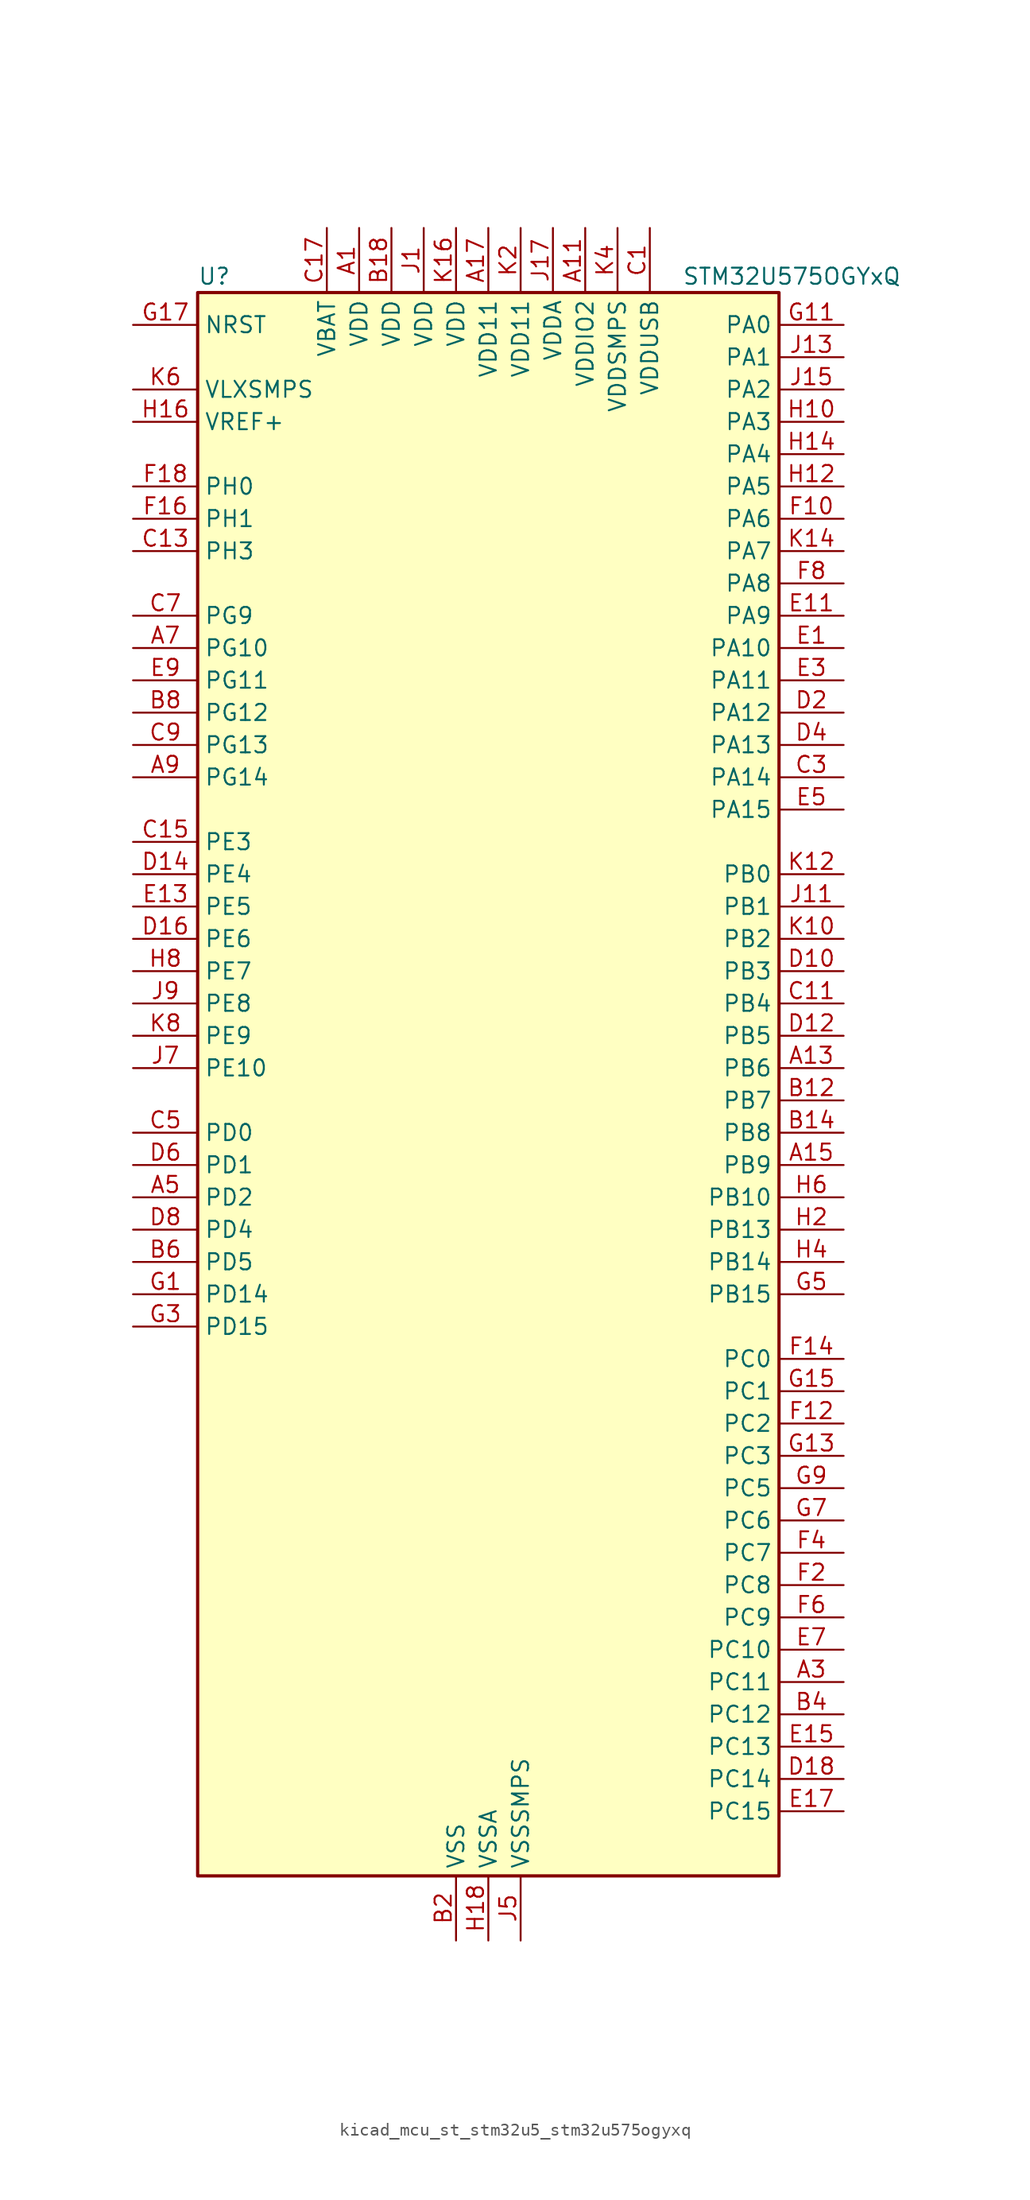
<source format=kicad_sym>
(kicad_symbol_lib
  (version 20220914)
  (generator kicad_symbol_editor)
  (symbol "kicad_mcu_st_stm32u5_stm32u575ogyxq"
    (property "Reference" "U"
      (at -22.86 64.77 0)
      (effects (font (size 1.27 1.27)) (justify left)))
    (property "Value" "STM32U575OGYxQ"
      (at 15.24 64.77 0)
      (effects (font (size 1.27 1.27)) (justify left)))
    (property "ki_locked" ""
      (at 0 0 0)
      (effects (font (size 1.27 1.27))))
    (symbol "kicad_mcu_st_stm32u5_stm32u575ogyxq_0_1"
      (rectangle (start -22.86 -60.96) (end 22.86 63.5) (stroke (width 0.254) (type default)) (fill (type background))))
    (symbol "kicad_mcu_st_stm32u5_stm32u575ogyxq_1_1"
      (pin power_in line (at -10.16 68.58 270) (length 5.08) (name "VDD" (effects (font (size 1.27 1.27)))) (number "A1" (effects (font (size 1.27 1.27)))))
      (pin power_in line (at 7.62 68.58 270) (length 5.08) (name "VDDIO2" (effects (font (size 1.27 1.27)))) (number "A11" (effects (font (size 1.27 1.27)))))
      (pin bidirectional line (at 27.94 2.54 180) (length 5.08) (name "PB6" (effects (font (size 1.27 1.27)))) (number "A13" (effects (font (size 1.27 1.27)))) (alternate "COMP2_INP" bidirectional line) (alternate "DCMI_D5" bidirectional line) (alternate "I2C1_SCL" bidirectional line) (alternate "I2C4_SCL" bidirectional line) (alternate "LPTIM1_ETR" bidirectional line) (alternate "MDF1_SDI5" bidirectional line) (alternate "PSSI_D5" bidirectional line) (alternate "PWR_WKUP3" bidirectional line) (alternate "SAI1_FS_B" bidirectional line) (alternate "TIM16_CH1N" bidirectional line) (alternate "TIM4_CH1" bidirectional line) (alternate "TIM8_BKIN2" bidirectional line) (alternate "TSC_G2_IO3" bidirectional line) (alternate "USART1_TX" bidirectional line))
      (pin bidirectional line (at 27.94 -5.08 180) (length 5.08) (name "PB9" (effects (font (size 1.27 1.27)))) (number "A15" (effects (font (size 1.27 1.27)))) (alternate "DAC1_EXTI9" bidirectional line) (alternate "DCMI_D7" bidirectional line) (alternate "FDCAN1_TX" bidirectional line) (alternate "I2C1_SDA" bidirectional line) (alternate "IR_OUT" bidirectional line) (alternate "PSSI_D7" bidirectional line) (alternate "SAI1_D2" bidirectional line) (alternate "SAI1_FS_A" bidirectional line) (alternate "SDMMC1_CDIR" bidirectional line) (alternate "SDMMC1_D5" bidirectional line) (alternate "SDMMC2_D5" bidirectional line) (alternate "SPI2_NSS" bidirectional line) (alternate "TIM17_CH1" bidirectional line) (alternate "TIM4_CH4" bidirectional line))
      (pin power_in line (at 0 68.58 270) (length 5.08) (name "VDD11" (effects (font (size 1.27 1.27)))) (number "A17" (effects (font (size 1.27 1.27)))))
      (pin bidirectional line (at 27.94 -45.72 180) (length 5.08) (name "PC11" (effects (font (size 1.27 1.27)))) (number "A3" (effects (font (size 1.27 1.27)))) (alternate "ADC1_EXTI11" bidirectional line) (alternate "ADF1_SDI0" bidirectional line) (alternate "DCMI_D2" bidirectional line) (alternate "DCMI_D4" bidirectional line) (alternate "LPTIM3_IN1" bidirectional line) (alternate "OCTOSPIM_P1_NCS" bidirectional line) (alternate "PSSI_D2" bidirectional line) (alternate "PSSI_D4" bidirectional line) (alternate "SDMMC1_D3" bidirectional line) (alternate "SPI3_MISO" bidirectional line) (alternate "TSC_G3_IO3" bidirectional line) (alternate "UART4_RX" bidirectional line) (alternate "UCPD1_FRSTX2" bidirectional line) (alternate "USART3_RX" bidirectional line))
      (pin bidirectional line (at -27.94 -7.62 0) (length 5.08) (name "PD2" (effects (font (size 1.27 1.27)))) (number "A5" (effects (font (size 1.27 1.27)))) (alternate "DCMI_D11" bidirectional line) (alternate "DEBUG_TRACED2" bidirectional line) (alternate "LPTIM4_ETR" bidirectional line) (alternate "PSSI_D11" bidirectional line) (alternate "SDMMC1_CMD" bidirectional line) (alternate "TIM3_ETR" bidirectional line) (alternate "TSC_SYNC" bidirectional line) (alternate "UART5_RX" bidirectional line) (alternate "USART3_DE" bidirectional line) (alternate "USART3_RTS" bidirectional line))
      (pin bidirectional line (at -27.94 35.56 0) (length 5.08) (name "PG10" (effects (font (size 1.27 1.27)))) (number "A7" (effects (font (size 1.27 1.27)))) (alternate "FMC_NE3" bidirectional line) (alternate "LPTIM1_IN1" bidirectional line) (alternate "OCTOSPIM_P2_IO7" bidirectional line) (alternate "SPI3_MISO" bidirectional line) (alternate "TIM15_CH1" bidirectional line) (alternate "USART1_RX" bidirectional line))
      (pin bidirectional line (at -27.94 25.4 0) (length 5.08) (name "PG14" (effects (font (size 1.27 1.27)))) (number "A9" (effects (font (size 1.27 1.27)))) (alternate "FMC_A25" bidirectional line) (alternate "I2C1_SCL" bidirectional line) (alternate "LPTIM1_CH2" bidirectional line))
      (pin passive line (at -2.54 -66.04 90) (length 5.08) hide (name "VSS" (effects (font (size 1.27 1.27)))) (number "B10" (effects (font (size 1.27 1.27)))))
      (pin bidirectional line (at 27.94 0 180) (length 5.08) (name "PB7" (effects (font (size 1.27 1.27)))) (number "B12" (effects (font (size 1.27 1.27)))) (alternate "COMP2_INM" bidirectional line) (alternate "DCMI_VSYNC" bidirectional line) (alternate "FMC_NL" bidirectional line) (alternate "I2C1_SDA" bidirectional line) (alternate "I2C4_SDA" bidirectional line) (alternate "LPTIM1_IN2" bidirectional line) (alternate "MDF1_CKI5" bidirectional line) (alternate "PSSI_RDY" bidirectional line) (alternate "PWR_PVD_IN" bidirectional line) (alternate "PWR_WKUP4" bidirectional line) (alternate "TIM17_CH1N" bidirectional line) (alternate "TIM4_CH2" bidirectional line) (alternate "TIM8_BKIN" bidirectional line) (alternate "TSC_G2_IO4" bidirectional line) (alternate "UART4_CTS" bidirectional line) (alternate "USART1_RX" bidirectional line))
      (pin bidirectional line (at 27.94 -2.54 180) (length 5.08) (name "PB8" (effects (font (size 1.27 1.27)))) (number "B14" (effects (font (size 1.27 1.27)))) (alternate "DCMI_D6" bidirectional line) (alternate "FDCAN1_RX" bidirectional line) (alternate "I2C1_SCL" bidirectional line) (alternate "MDF1_CCK0" bidirectional line) (alternate "PSSI_D6" bidirectional line) (alternate "PWR_WKUP5" bidirectional line) (alternate "SAI1_CK1" bidirectional line) (alternate "SAI1_MCLK_A" bidirectional line) (alternate "SDMMC1_CKIN" bidirectional line) (alternate "SDMMC1_D4" bidirectional line) (alternate "SDMMC2_D4" bidirectional line) (alternate "SPI3_RDY" bidirectional line) (alternate "TIM16_CH1" bidirectional line) (alternate "TIM4_CH3" bidirectional line))
      (pin passive line (at -2.54 -66.04 90) (length 5.08) hide (name "VSS" (effects (font (size 1.27 1.27)))) (number "B16" (effects (font (size 1.27 1.27)))))
      (pin power_in line (at -7.62 68.58 270) (length 5.08) (name "VDD" (effects (font (size 1.27 1.27)))) (number "B18" (effects (font (size 1.27 1.27)))))
      (pin power_in line (at -2.54 -66.04 90) (length 5.08) (name "VSS" (effects (font (size 1.27 1.27)))) (number "B2" (effects (font (size 1.27 1.27)))))
      (pin bidirectional line (at 27.94 -48.26 180) (length 5.08) (name "PC12" (effects (font (size 1.27 1.27)))) (number "B4" (effects (font (size 1.27 1.27)))) (alternate "DCMI_D9" bidirectional line) (alternate "DEBUG_TRACED3" bidirectional line) (alternate "PSSI_D9" bidirectional line) (alternate "SDMMC1_CK" bidirectional line) (alternate "SPI3_MOSI" bidirectional line) (alternate "TSC_G3_IO4" bidirectional line) (alternate "UART5_TX" bidirectional line) (alternate "USART3_CK" bidirectional line))
      (pin bidirectional line (at -27.94 -12.7 0) (length 5.08) (name "PD5" (effects (font (size 1.27 1.27)))) (number "B6" (effects (font (size 1.27 1.27)))) (alternate "FMC_NWE" bidirectional line) (alternate "OCTOSPIM_P1_IO5" bidirectional line) (alternate "SPI2_RDY" bidirectional line) (alternate "USART2_TX" bidirectional line))
      (pin bidirectional line (at -27.94 30.48 0) (length 5.08) (name "PG12" (effects (font (size 1.27 1.27)))) (number "B8" (effects (font (size 1.27 1.27)))) (alternate "FMC_NE4" bidirectional line) (alternate "LPTIM1_ETR" bidirectional line) (alternate "OCTOSPIM_P2_NCS" bidirectional line) (alternate "SPI3_NSS" bidirectional line) (alternate "USART1_DE" bidirectional line) (alternate "USART1_RTS" bidirectional line))
      (pin power_in line (at 12.7 68.58 270) (length 5.08) (name "VDDUSB" (effects (font (size 1.27 1.27)))) (number "C1" (effects (font (size 1.27 1.27)))))
      (pin bidirectional line (at 27.94 7.62 180) (length 5.08) (name "PB4" (effects (font (size 1.27 1.27)))) (number "C11" (effects (font (size 1.27 1.27)))) (alternate "ADF1_SDI0" bidirectional line) (alternate "COMP2_INP" bidirectional line) (alternate "DCMI_D12" bidirectional line) (alternate "DEBUG_JTRST" bidirectional line) (alternate "I2C3_SDA" bidirectional line) (alternate "LPTIM1_CH2" bidirectional line) (alternate "PSSI_D12" bidirectional line) (alternate "SAI1_MCLK_B" bidirectional line) (alternate "SDMMC2_D3" bidirectional line) (alternate "SPI1_MISO" bidirectional line) (alternate "SPI3_MISO" bidirectional line) (alternate "TIM17_BKIN" bidirectional line) (alternate "TIM3_CH1" bidirectional line) (alternate "TSC_G2_IO1" bidirectional line) (alternate "UART5_DE" bidirectional line) (alternate "UART5_RTS" bidirectional line) (alternate "USART1_CTS" bidirectional line))
      (pin bidirectional line (at -27.94 43.18 0) (length 5.08) (name "PH3" (effects (font (size 1.27 1.27)))) (number "C13" (effects (font (size 1.27 1.27)))))
      (pin bidirectional line (at -27.94 20.32 0) (length 5.08) (name "PE3" (effects (font (size 1.27 1.27)))) (number "C15" (effects (font (size 1.27 1.27)))) (alternate "DEBUG_TRACED0" bidirectional line) (alternate "FMC_A19" bidirectional line) (alternate "OCTOSPIM_P1_DQS" bidirectional line) (alternate "SAI1_SD_B" bidirectional line) (alternate "TAMP_IN6" bidirectional line) (alternate "TAMP_OUT3" bidirectional line) (alternate "TIM3_CH1" bidirectional line) (alternate "TSC_G7_IO2" bidirectional line))
      (pin power_in line (at -12.7 68.58 270) (length 5.08) (name "VBAT" (effects (font (size 1.27 1.27)))) (number "C17" (effects (font (size 1.27 1.27)))))
      (pin bidirectional line (at 27.94 25.4 180) (length 5.08) (name "PA14" (effects (font (size 1.27 1.27)))) (number "C3" (effects (font (size 1.27 1.27)))) (alternate "DEBUG_JTCK-SWCLK" bidirectional line) (alternate "I2C1_SMBA" bidirectional line) (alternate "I2C4_SMBA" bidirectional line) (alternate "LPTIM1_CH1" bidirectional line) (alternate "SAI1_FS_B" bidirectional line) (alternate "USB_OTG_FS_SOF" bidirectional line))
      (pin bidirectional line (at -27.94 -2.54 0) (length 5.08) (name "PD0" (effects (font (size 1.27 1.27)))) (number "C5" (effects (font (size 1.27 1.27)))) (alternate "FDCAN1_RX" bidirectional line) (alternate "FMC_D2" bidirectional line) (alternate "FMC_DA2" bidirectional line) (alternate "SPI2_NSS" bidirectional line) (alternate "TIM8_CH4N" bidirectional line))
      (pin bidirectional line (at -27.94 38.1 0) (length 5.08) (name "PG9" (effects (font (size 1.27 1.27)))) (number "C7" (effects (font (size 1.27 1.27)))) (alternate "DAC1_EXTI9" bidirectional line) (alternate "FMC_NCE" bidirectional line) (alternate "FMC_NE2" bidirectional line) (alternate "OCTOSPIM_P2_IO6" bidirectional line) (alternate "SPI3_SCK" bidirectional line) (alternate "TIM15_CH1N" bidirectional line) (alternate "USART1_TX" bidirectional line))
      (pin bidirectional line (at -27.94 27.94 0) (length 5.08) (name "PG13" (effects (font (size 1.27 1.27)))) (number "C9" (effects (font (size 1.27 1.27)))) (alternate "FMC_A24" bidirectional line) (alternate "I2C1_SDA" bidirectional line) (alternate "SPI3_RDY" bidirectional line) (alternate "USART1_CK" bidirectional line))
      (pin bidirectional line (at 27.94 10.16 180) (length 5.08) (name "PB3" (effects (font (size 1.27 1.27)))) (number "D10" (effects (font (size 1.27 1.27)))) (alternate "ADF1_CCK0" bidirectional line) (alternate "COMP2_INM" bidirectional line) (alternate "CRS_SYNC" bidirectional line) (alternate "DEBUG_JTDO-SWO" bidirectional line) (alternate "I2C1_SDA" bidirectional line) (alternate "LPTIM1_CH1" bidirectional line) (alternate "SAI1_SCK_B" bidirectional line) (alternate "SDMMC2_D2" bidirectional line) (alternate "SPI1_SCK" bidirectional line) (alternate "SPI3_SCK" bidirectional line) (alternate "TIM2_CH2" bidirectional line) (alternate "USART1_DE" bidirectional line) (alternate "USART1_RTS" bidirectional line))
      (pin bidirectional line (at 27.94 5.08 180) (length 5.08) (name "PB5" (effects (font (size 1.27 1.27)))) (number "D12" (effects (font (size 1.27 1.27)))) (alternate "COMP2_OUT" bidirectional line) (alternate "DCMI_D10" bidirectional line) (alternate "I2C1_SMBA" bidirectional line) (alternate "LPTIM1_IN1" bidirectional line) (alternate "OCTOSPIM_P1_NCLK" bidirectional line) (alternate "PSSI_D10" bidirectional line) (alternate "PWR_WKUP6" bidirectional line) (alternate "SAI1_SD_B" bidirectional line) (alternate "SPI1_MOSI" bidirectional line) (alternate "SPI3_MOSI" bidirectional line) (alternate "TIM16_BKIN" bidirectional line) (alternate "TIM3_CH2" bidirectional line) (alternate "TSC_G2_IO2" bidirectional line) (alternate "UART5_CTS" bidirectional line) (alternate "UCPD1_DBCC1" bidirectional line) (alternate "USART1_CK" bidirectional line))
      (pin bidirectional line (at -27.94 17.78 0) (length 5.08) (name "PE4" (effects (font (size 1.27 1.27)))) (number "D14" (effects (font (size 1.27 1.27)))) (alternate "DCMI_D4" bidirectional line) (alternate "DEBUG_TRACED1" bidirectional line) (alternate "FMC_A20" bidirectional line) (alternate "MDF1_SDI3" bidirectional line) (alternate "PSSI_D4" bidirectional line) (alternate "PWR_WKUP1" bidirectional line) (alternate "SAI1_D2" bidirectional line) (alternate "SAI1_FS_A" bidirectional line) (alternate "TAMP_IN7" bidirectional line) (alternate "TAMP_OUT8" bidirectional line) (alternate "TIM3_CH2" bidirectional line) (alternate "TSC_G7_IO3" bidirectional line))
      (pin bidirectional line (at -27.94 12.7 0) (length 5.08) (name "PE6" (effects (font (size 1.27 1.27)))) (number "D16" (effects (font (size 1.27 1.27)))) (alternate "DCMI_D7" bidirectional line) (alternate "DEBUG_TRACED3" bidirectional line) (alternate "FMC_A22" bidirectional line) (alternate "PSSI_D7" bidirectional line) (alternate "PWR_WKUP3" bidirectional line) (alternate "SAI1_D1" bidirectional line) (alternate "SAI1_SD_A" bidirectional line) (alternate "TAMP_IN3" bidirectional line) (alternate "TAMP_OUT6" bidirectional line) (alternate "TIM3_CH4" bidirectional line))
      (pin bidirectional line (at 27.94 -53.34 180) (length 5.08) (name "PC14" (effects (font (size 1.27 1.27)))) (number "D18" (effects (font (size 1.27 1.27)))) (alternate "RCC_OSC32_IN" bidirectional line))
      (pin bidirectional line (at 27.94 30.48 180) (length 5.08) (name "PA12" (effects (font (size 1.27 1.27)))) (number "D2" (effects (font (size 1.27 1.27)))) (alternate "FDCAN1_TX" bidirectional line) (alternate "OCTOSPIM_P2_NCS" bidirectional line) (alternate "SPI1_MOSI" bidirectional line) (alternate "TIM1_ETR" bidirectional line) (alternate "USART1_DE" bidirectional line) (alternate "USART1_RTS" bidirectional line) (alternate "USB_OTG_FS_DP" bidirectional line))
      (pin bidirectional line (at 27.94 27.94 180) (length 5.08) (name "PA13" (effects (font (size 1.27 1.27)))) (number "D4" (effects (font (size 1.27 1.27)))) (alternate "DEBUG_JTMS-SWDIO" bidirectional line) (alternate "IR_OUT" bidirectional line) (alternate "SAI1_SD_B" bidirectional line) (alternate "USB_OTG_FS_NOE" bidirectional line))
      (pin bidirectional line (at -27.94 -5.08 0) (length 5.08) (name "PD1" (effects (font (size 1.27 1.27)))) (number "D6" (effects (font (size 1.27 1.27)))) (alternate "FDCAN1_TX" bidirectional line) (alternate "FMC_D3" bidirectional line) (alternate "FMC_DA3" bidirectional line) (alternate "SPI2_SCK" bidirectional line))
      (pin bidirectional line (at -27.94 -10.16 0) (length 5.08) (name "PD4" (effects (font (size 1.27 1.27)))) (number "D8" (effects (font (size 1.27 1.27)))) (alternate "FMC_NOE" bidirectional line) (alternate "MDF1_CKI0" bidirectional line) (alternate "OCTOSPIM_P1_IO4" bidirectional line) (alternate "SPI2_MOSI" bidirectional line) (alternate "USART2_DE" bidirectional line) (alternate "USART2_RTS" bidirectional line))
      (pin bidirectional line (at 27.94 35.56 180) (length 5.08) (name "PA10" (effects (font (size 1.27 1.27)))) (number "E1" (effects (font (size 1.27 1.27)))) (alternate "CRS_SYNC" bidirectional line) (alternate "DCMI_D1" bidirectional line) (alternate "LPTIM2_IN2" bidirectional line) (alternate "PSSI_D1" bidirectional line) (alternate "SAI1_D1" bidirectional line) (alternate "SAI1_SD_A" bidirectional line) (alternate "TIM17_BKIN" bidirectional line) (alternate "TIM1_CH3" bidirectional line) (alternate "USART1_RX" bidirectional line) (alternate "USB_OTG_FS_ID" bidirectional line))
      (pin bidirectional line (at 27.94 38.1 180) (length 5.08) (name "PA9" (effects (font (size 1.27 1.27)))) (number "E11" (effects (font (size 1.27 1.27)))) (alternate "DAC1_EXTI9" bidirectional line) (alternate "DCMI_D0" bidirectional line) (alternate "PSSI_D0" bidirectional line) (alternate "SAI1_FS_A" bidirectional line) (alternate "SPI2_SCK" bidirectional line) (alternate "TIM15_BKIN" bidirectional line) (alternate "TIM1_CH2" bidirectional line) (alternate "USART1_TX" bidirectional line) (alternate "USB_OTG_FS_VBUS" bidirectional line))
      (pin bidirectional line (at -27.94 15.24 0) (length 5.08) (name "PE5" (effects (font (size 1.27 1.27)))) (number "E13" (effects (font (size 1.27 1.27)))) (alternate "DCMI_D6" bidirectional line) (alternate "DEBUG_TRACED2" bidirectional line) (alternate "FMC_A21" bidirectional line) (alternate "MDF1_CKI3" bidirectional line) (alternate "PSSI_D6" bidirectional line) (alternate "PWR_WKUP2" bidirectional line) (alternate "SAI1_CK2" bidirectional line) (alternate "SAI1_SCK_A" bidirectional line) (alternate "TAMP_IN8" bidirectional line) (alternate "TAMP_OUT7" bidirectional line) (alternate "TIM3_CH3" bidirectional line) (alternate "TSC_G7_IO4" bidirectional line))
      (pin bidirectional line (at 27.94 -50.8 180) (length 5.08) (name "PC13" (effects (font (size 1.27 1.27)))) (number "E15" (effects (font (size 1.27 1.27)))) (alternate "PWR_WKUP2" bidirectional line) (alternate "RTC_OUT1" bidirectional line) (alternate "RTC_TS" bidirectional line) (alternate "TAMP_IN1" bidirectional line) (alternate "TAMP_OUT2" bidirectional line))
      (pin bidirectional line (at 27.94 -55.88 180) (length 5.08) (name "PC15" (effects (font (size 1.27 1.27)))) (number "E17" (effects (font (size 1.27 1.27)))) (alternate "ADC1_EXTI15" bidirectional line) (alternate "ADC4_EXTI15" bidirectional line) (alternate "RCC_OSC32_OUT" bidirectional line))
      (pin bidirectional line (at 27.94 33.02 180) (length 5.08) (name "PA11" (effects (font (size 1.27 1.27)))) (number "E3" (effects (font (size 1.27 1.27)))) (alternate "ADC1_EXTI11" bidirectional line) (alternate "FDCAN1_RX" bidirectional line) (alternate "SPI1_MISO" bidirectional line) (alternate "TIM1_BKIN2" bidirectional line) (alternate "TIM1_CH4" bidirectional line) (alternate "USART1_CTS" bidirectional line) (alternate "USB_OTG_FS_DM" bidirectional line))
      (pin bidirectional line (at 27.94 22.86 180) (length 5.08) (name "PA15" (effects (font (size 1.27 1.27)))) (number "E5" (effects (font (size 1.27 1.27)))) (alternate "ADC1_EXTI15" bidirectional line) (alternate "ADC4_EXTI15" bidirectional line) (alternate "DEBUG_JTDI" bidirectional line) (alternate "SPI1_NSS" bidirectional line) (alternate "SPI3_NSS" bidirectional line) (alternate "TIM2_CH1" bidirectional line) (alternate "TIM2_ETR" bidirectional line) (alternate "UART4_DE" bidirectional line) (alternate "UART4_RTS" bidirectional line) (alternate "UCPD1_CC1" bidirectional line) (alternate "USART2_RX" bidirectional line) (alternate "USART3_DE" bidirectional line) (alternate "USART3_RTS" bidirectional line))
      (pin bidirectional line (at 27.94 -43.18 180) (length 5.08) (name "PC10" (effects (font (size 1.27 1.27)))) (number "E7" (effects (font (size 1.27 1.27)))) (alternate "ADF1_CCK1" bidirectional line) (alternate "DCMI_D8" bidirectional line) (alternate "DEBUG_TRACED1" bidirectional line) (alternate "LPTIM3_ETR" bidirectional line) (alternate "PSSI_D8" bidirectional line) (alternate "SDMMC1_D2" bidirectional line) (alternate "SPI3_SCK" bidirectional line) (alternate "TSC_G3_IO2" bidirectional line) (alternate "UART4_TX" bidirectional line) (alternate "USART3_TX" bidirectional line))
      (pin bidirectional line (at -27.94 33.02 0) (length 5.08) (name "PG11" (effects (font (size 1.27 1.27)))) (number "E9" (effects (font (size 1.27 1.27)))) (alternate "ADC1_EXTI11" bidirectional line) (alternate "LPTIM1_IN2" bidirectional line) (alternate "OCTOSPIM_P1_IO5" bidirectional line) (alternate "SPI3_MOSI" bidirectional line) (alternate "TIM15_CH2" bidirectional line) (alternate "USART1_CTS" bidirectional line))
      (pin bidirectional line (at 27.94 45.72 180) (length 5.08) (name "PA6" (effects (font (size 1.27 1.27)))) (number "F10" (effects (font (size 1.27 1.27)))) (alternate "ADC1_IN11" bidirectional line) (alternate "ADC4_IN11" bidirectional line) (alternate "DCMI_PIXCLK" bidirectional line) (alternate "LPUART1_CTS" bidirectional line) (alternate "OCTOSPIM_P1_IO3" bidirectional line) (alternate "OPAMP2_VINP" bidirectional line) (alternate "PSSI_PDCK" bidirectional line) (alternate "PWR_CDSTOP" bidirectional line) (alternate "PWR_WKUP7" bidirectional line) (alternate "SPI1_MISO" bidirectional line) (alternate "TIM16_CH1" bidirectional line) (alternate "TIM1_BKIN" bidirectional line) (alternate "TIM3_CH1" bidirectional line) (alternate "TIM8_BKIN" bidirectional line) (alternate "USART3_CTS" bidirectional line))
      (pin bidirectional line (at 27.94 -25.4 180) (length 5.08) (name "PC2" (effects (font (size 1.27 1.27)))) (number "F12" (effects (font (size 1.27 1.27)))) (alternate "ADC1_IN3" bidirectional line) (alternate "ADC4_IN3" bidirectional line) (alternate "LPTIM1_IN2" bidirectional line) (alternate "MDF1_CCK1" bidirectional line) (alternate "OCTOSPIM_P1_IO5" bidirectional line) (alternate "SPI2_MISO" bidirectional line))
      (pin bidirectional line (at 27.94 -20.32 180) (length 5.08) (name "PC0" (effects (font (size 1.27 1.27)))) (number "F14" (effects (font (size 1.27 1.27)))) (alternate "ADC1_IN1" bidirectional line) (alternate "ADC4_IN1" bidirectional line) (alternate "I2C3_SCL" bidirectional line) (alternate "LPTIM1_IN1" bidirectional line) (alternate "LPTIM2_IN1" bidirectional line) (alternate "LPUART1_RX" bidirectional line) (alternate "MDF1_SDI4" bidirectional line) (alternate "OCTOSPIM_P1_IO7" bidirectional line) (alternate "SDMMC1_D5" bidirectional line) (alternate "SPI2_RDY" bidirectional line))
      (pin bidirectional line (at -27.94 45.72 0) (length 5.08) (name "PH1" (effects (font (size 1.27 1.27)))) (number "F16" (effects (font (size 1.27 1.27)))) (alternate "RCC_OSC_OUT" bidirectional line))
      (pin bidirectional line (at -27.94 48.26 0) (length 5.08) (name "PH0" (effects (font (size 1.27 1.27)))) (number "F18" (effects (font (size 1.27 1.27)))) (alternate "RCC_OSC_IN" bidirectional line))
      (pin bidirectional line (at 27.94 -38.1 180) (length 5.08) (name "PC8" (effects (font (size 1.27 1.27)))) (number "F2" (effects (font (size 1.27 1.27)))) (alternate "DCMI_D2" bidirectional line) (alternate "LPTIM3_CH1" bidirectional line) (alternate "PSSI_D2" bidirectional line) (alternate "PWR_SRDSTOP" bidirectional line) (alternate "SDMMC1_D0" bidirectional line) (alternate "TIM3_CH3" bidirectional line) (alternate "TIM8_CH3" bidirectional line) (alternate "TSC_G4_IO3" bidirectional line))
      (pin bidirectional line (at 27.94 -35.56 180) (length 5.08) (name "PC7" (effects (font (size 1.27 1.27)))) (number "F4" (effects (font (size 1.27 1.27)))) (alternate "DCMI_D1" bidirectional line) (alternate "LPTIM2_CH2" bidirectional line) (alternate "MDF1_SDI3" bidirectional line) (alternate "PSSI_D1" bidirectional line) (alternate "PWR_CDSTOP" bidirectional line) (alternate "SDMMC1_D123DIR" bidirectional line) (alternate "SDMMC1_D7" bidirectional line) (alternate "SDMMC2_D7" bidirectional line) (alternate "TIM3_CH2" bidirectional line) (alternate "TIM8_CH2" bidirectional line) (alternate "TSC_G4_IO2" bidirectional line))
      (pin bidirectional line (at 27.94 -40.64 180) (length 5.08) (name "PC9" (effects (font (size 1.27 1.27)))) (number "F6" (effects (font (size 1.27 1.27)))) (alternate "DAC1_EXTI9" bidirectional line) (alternate "DCMI_D3" bidirectional line) (alternate "DEBUG_TRACED0" bidirectional line) (alternate "LPTIM3_CH2" bidirectional line) (alternate "PSSI_D3" bidirectional line) (alternate "SDMMC1_D1" bidirectional line) (alternate "TIM3_CH4" bidirectional line) (alternate "TIM8_BKIN2" bidirectional line) (alternate "TIM8_CH4" bidirectional line) (alternate "TSC_G4_IO4" bidirectional line) (alternate "USB_OTG_FS_NOE" bidirectional line))
      (pin bidirectional line (at 27.94 40.64 180) (length 5.08) (name "PA8" (effects (font (size 1.27 1.27)))) (number "F8" (effects (font (size 1.27 1.27)))) (alternate "DEBUG_TRACECLK" bidirectional line) (alternate "LPTIM2_CH1" bidirectional line) (alternate "RCC_MCO" bidirectional line) (alternate "SAI1_CK2" bidirectional line) (alternate "SAI1_SCK_A" bidirectional line) (alternate "SPI1_RDY" bidirectional line) (alternate "TIM1_CH1" bidirectional line) (alternate "USART1_CK" bidirectional line) (alternate "USB_OTG_FS_SOF" bidirectional line))
      (pin bidirectional line (at -27.94 -15.24 0) (length 5.08) (name "PD14" (effects (font (size 1.27 1.27)))) (number "G1" (effects (font (size 1.27 1.27)))) (alternate "FMC_D0" bidirectional line) (alternate "FMC_DA0" bidirectional line) (alternate "LPTIM3_CH1" bidirectional line) (alternate "TIM4_CH3" bidirectional line))
      (pin bidirectional line (at 27.94 60.96 180) (length 5.08) (name "PA0" (effects (font (size 1.27 1.27)))) (number "G11" (effects (font (size 1.27 1.27)))) (alternate "ADC1_IN5" bidirectional line) (alternate "AUDIOCLK" bidirectional line) (alternate "OCTOSPIM_P2_NCS" bidirectional line) (alternate "OPAMP1_VINP" bidirectional line) (alternate "PWR_WKUP1" bidirectional line) (alternate "SDMMC2_CMD" bidirectional line) (alternate "SPI3_RDY" bidirectional line) (alternate "TAMP_IN2" bidirectional line) (alternate "TAMP_OUT1" bidirectional line) (alternate "TIM2_CH1" bidirectional line) (alternate "TIM2_ETR" bidirectional line) (alternate "TIM5_CH1" bidirectional line) (alternate "TIM8_ETR" bidirectional line) (alternate "UART4_TX" bidirectional line) (alternate "USART2_CTS" bidirectional line))
      (pin bidirectional line (at 27.94 -27.94 180) (length 5.08) (name "PC3" (effects (font (size 1.27 1.27)))) (number "G13" (effects (font (size 1.27 1.27)))) (alternate "ADC1_IN4" bidirectional line) (alternate "ADC4_IN4" bidirectional line) (alternate "LPTIM1_ETR" bidirectional line) (alternate "LPTIM2_ETR" bidirectional line) (alternate "LPTIM3_CH1" bidirectional line) (alternate "OCTOSPIM_P1_IO6" bidirectional line) (alternate "SAI1_D1" bidirectional line) (alternate "SAI1_SD_A" bidirectional line) (alternate "SPI2_MOSI" bidirectional line))
      (pin bidirectional line (at 27.94 -22.86 180) (length 5.08) (name "PC1" (effects (font (size 1.27 1.27)))) (number "G15" (effects (font (size 1.27 1.27)))) (alternate "ADC1_IN2" bidirectional line) (alternate "ADC4_IN2" bidirectional line) (alternate "DEBUG_TRACED0" bidirectional line) (alternate "I2C3_SDA" bidirectional line) (alternate "LPTIM1_CH1" bidirectional line) (alternate "LPUART1_TX" bidirectional line) (alternate "MDF1_CKI4" bidirectional line) (alternate "OCTOSPIM_P1_IO4" bidirectional line) (alternate "SAI1_SD_A" bidirectional line) (alternate "SDMMC2_CK" bidirectional line) (alternate "SPI2_MOSI" bidirectional line))
      (pin input line (at -27.94 60.96 0) (length 5.08) (name "NRST" (effects (font (size 1.27 1.27)))) (number "G17" (effects (font (size 1.27 1.27)))))
      (pin bidirectional line (at -27.94 -17.78 0) (length 5.08) (name "PD15" (effects (font (size 1.27 1.27)))) (number "G3" (effects (font (size 1.27 1.27)))) (alternate "ADC1_EXTI15" bidirectional line) (alternate "ADC4_EXTI15" bidirectional line) (alternate "FMC_D1" bidirectional line) (alternate "FMC_DA1" bidirectional line) (alternate "LPTIM3_CH2" bidirectional line) (alternate "TIM4_CH4" bidirectional line))
      (pin bidirectional line (at 27.94 -15.24 180) (length 5.08) (name "PB15" (effects (font (size 1.27 1.27)))) (number "G5" (effects (font (size 1.27 1.27)))) (alternate "ADC1_EXTI15" bidirectional line) (alternate "ADC4_EXTI15" bidirectional line) (alternate "FMC_NBL1" bidirectional line) (alternate "LPTIM2_IN2" bidirectional line) (alternate "MDF1_CKI2" bidirectional line) (alternate "PWR_WKUP7" bidirectional line) (alternate "RTC_REFIN" bidirectional line) (alternate "SDMMC2_D1" bidirectional line) (alternate "SPI2_MOSI" bidirectional line) (alternate "TIM15_CH2" bidirectional line) (alternate "TIM1_CH3N" bidirectional line) (alternate "TIM8_CH3N" bidirectional line) (alternate "UCPD1_CC2" bidirectional line))
      (pin bidirectional line (at 27.94 -33.02 180) (length 5.08) (name "PC6" (effects (font (size 1.27 1.27)))) (number "G7" (effects (font (size 1.27 1.27)))) (alternate "DCMI_D0" bidirectional line) (alternate "MDF1_CKI3" bidirectional line) (alternate "PSSI_D0" bidirectional line) (alternate "PWR_CSLEEP" bidirectional line) (alternate "SDMMC1_D0DIR" bidirectional line) (alternate "SDMMC1_D6" bidirectional line) (alternate "SDMMC2_D6" bidirectional line) (alternate "TIM3_CH1" bidirectional line) (alternate "TIM8_CH1" bidirectional line) (alternate "TSC_G4_IO1" bidirectional line))
      (pin bidirectional line (at 27.94 -30.48 180) (length 5.08) (name "PC5" (effects (font (size 1.27 1.27)))) (number "G9" (effects (font (size 1.27 1.27)))) (alternate "ADC1_IN14" bidirectional line) (alternate "ADC4_IN23" bidirectional line) (alternate "COMP1_INP" bidirectional line) (alternate "PSSI_D15" bidirectional line) (alternate "PWR_WKUP5" bidirectional line) (alternate "SAI1_D3" bidirectional line) (alternate "TAMP_IN4" bidirectional line) (alternate "TAMP_OUT5" bidirectional line) (alternate "TIM1_CH4N" bidirectional line) (alternate "USART3_RX" bidirectional line))
      (pin bidirectional line (at 27.94 53.34 180) (length 5.08) (name "PA3" (effects (font (size 1.27 1.27)))) (number "H10" (effects (font (size 1.27 1.27)))) (alternate "ADC1_IN8" bidirectional line) (alternate "LPUART1_RX" bidirectional line) (alternate "OCTOSPIM_P1_CLK" bidirectional line) (alternate "OPAMP1_VOUT" bidirectional line) (alternate "PWR_WKUP5" bidirectional line) (alternate "SAI1_CK1" bidirectional line) (alternate "SAI1_MCLK_A" bidirectional line) (alternate "TIM15_CH2" bidirectional line) (alternate "TIM2_CH4" bidirectional line) (alternate "TIM5_CH4" bidirectional line) (alternate "USART2_RX" bidirectional line))
      (pin bidirectional line (at 27.94 48.26 180) (length 5.08) (name "PA5" (effects (font (size 1.27 1.27)))) (number "H12" (effects (font (size 1.27 1.27)))) (alternate "ADC1_IN10" bidirectional line) (alternate "ADC4_IN10" bidirectional line) (alternate "DAC1_OUT2" bidirectional line) (alternate "LPTIM2_ETR" bidirectional line) (alternate "PSSI_D14" bidirectional line) (alternate "PWR_CSLEEP" bidirectional line) (alternate "PWR_WKUP6" bidirectional line) (alternate "SPI1_SCK" bidirectional line) (alternate "TIM2_CH1" bidirectional line) (alternate "TIM2_ETR" bidirectional line) (alternate "TIM8_CH1N" bidirectional line) (alternate "USART3_RX" bidirectional line))
      (pin bidirectional line (at 27.94 50.8 180) (length 5.08) (name "PA4" (effects (font (size 1.27 1.27)))) (number "H14" (effects (font (size 1.27 1.27)))) (alternate "ADC1_IN9" bidirectional line) (alternate "ADC4_IN9" bidirectional line) (alternate "DAC1_OUT1" bidirectional line) (alternate "DCMI_HSYNC" bidirectional line) (alternate "LPTIM2_CH1" bidirectional line) (alternate "OCTOSPIM_P1_NCS" bidirectional line) (alternate "PSSI_DE" bidirectional line) (alternate "PWR_WKUP2" bidirectional line) (alternate "SAI1_FS_B" bidirectional line) (alternate "SPI1_NSS" bidirectional line) (alternate "SPI3_NSS" bidirectional line) (alternate "USART2_CK" bidirectional line))
      (pin input line (at -27.94 53.34 0) (length 5.08) (name "VREF+" (effects (font (size 1.27 1.27)))) (number "H16" (effects (font (size 1.27 1.27)))) (alternate "VREFBUF_OUT" bidirectional line))
      (pin power_in line (at 0 -66.04 90) (length 5.08) (name "VSSA" (effects (font (size 1.27 1.27)))) (number "H18" (effects (font (size 1.27 1.27)))))
      (pin bidirectional line (at 27.94 -10.16 180) (length 5.08) (name "PB13" (effects (font (size 1.27 1.27)))) (number "H2" (effects (font (size 1.27 1.27)))) (alternate "I2C2_SCL" bidirectional line) (alternate "LPTIM3_IN1" bidirectional line) (alternate "LPUART1_CTS" bidirectional line) (alternate "MDF1_CKI1" bidirectional line) (alternate "SPI2_SCK" bidirectional line) (alternate "TIM15_CH1N" bidirectional line) (alternate "TIM1_CH1N" bidirectional line) (alternate "TSC_G1_IO2" bidirectional line) (alternate "USART3_CTS" bidirectional line))
      (pin bidirectional line (at 27.94 -12.7 180) (length 5.08) (name "PB14" (effects (font (size 1.27 1.27)))) (number "H4" (effects (font (size 1.27 1.27)))) (alternate "I2C2_SDA" bidirectional line) (alternate "LPTIM3_ETR" bidirectional line) (alternate "MDF1_SDI2" bidirectional line) (alternate "SDMMC2_D0" bidirectional line) (alternate "SPI2_MISO" bidirectional line) (alternate "TIM15_CH1" bidirectional line) (alternate "TIM1_CH2N" bidirectional line) (alternate "TIM8_CH2N" bidirectional line) (alternate "TSC_G1_IO3" bidirectional line) (alternate "UCPD1_DBCC2" bidirectional line) (alternate "USART3_DE" bidirectional line) (alternate "USART3_RTS" bidirectional line))
      (pin bidirectional line (at 27.94 -7.62 180) (length 5.08) (name "PB10" (effects (font (size 1.27 1.27)))) (number "H6" (effects (font (size 1.27 1.27)))) (alternate "COMP1_OUT" bidirectional line) (alternate "I2C2_SCL" bidirectional line) (alternate "I2C4_SCL" bidirectional line) (alternate "LPTIM3_CH1" bidirectional line) (alternate "LPUART1_RX" bidirectional line) (alternate "OCTOSPIM_P1_CLK" bidirectional line) (alternate "PWR_WKUP8" bidirectional line) (alternate "SAI1_SCK_A" bidirectional line) (alternate "SPI2_SCK" bidirectional line) (alternate "TIM2_CH3" bidirectional line) (alternate "TSC_SYNC" bidirectional line) (alternate "USART3_TX" bidirectional line))
      (pin bidirectional line (at -27.94 10.16 0) (length 5.08) (name "PE7" (effects (font (size 1.27 1.27)))) (number "H8" (effects (font (size 1.27 1.27)))) (alternate "FMC_D4" bidirectional line) (alternate "FMC_DA4" bidirectional line) (alternate "MDF1_SDI2" bidirectional line) (alternate "PWR_WKUP6" bidirectional line) (alternate "SAI1_SD_B" bidirectional line) (alternate "TIM1_ETR" bidirectional line))
      (pin power_in line (at -5.08 68.58 270) (length 5.08) (name "VDD" (effects (font (size 1.27 1.27)))) (number "J1" (effects (font (size 1.27 1.27)))))
      (pin bidirectional line (at 27.94 15.24 180) (length 5.08) (name "PB1" (effects (font (size 1.27 1.27)))) (number "J11" (effects (font (size 1.27 1.27)))) (alternate "ADC1_IN16" bidirectional line) (alternate "ADC4_IN19" bidirectional line) (alternate "COMP1_INM" bidirectional line) (alternate "LPTIM2_IN1" bidirectional line) (alternate "LPTIM3_CH2" bidirectional line) (alternate "LPUART1_DE" bidirectional line) (alternate "LPUART1_RTS" bidirectional line) (alternate "MDF1_SDI0" bidirectional line) (alternate "OCTOSPIM_P1_IO0" bidirectional line) (alternate "PWR_WKUP4" bidirectional line) (alternate "TIM1_CH3N" bidirectional line) (alternate "TIM3_CH4" bidirectional line) (alternate "TIM8_CH3N" bidirectional line) (alternate "USART3_DE" bidirectional line) (alternate "USART3_RTS" bidirectional line))
      (pin bidirectional line (at 27.94 58.42 180) (length 5.08) (name "PA1" (effects (font (size 1.27 1.27)))) (number "J13" (effects (font (size 1.27 1.27)))) (alternate "ADC1_IN6" bidirectional line) (alternate "I2C1_SMBA" bidirectional line) (alternate "LPTIM1_CH2" bidirectional line) (alternate "OCTOSPIM_P1_DQS" bidirectional line) (alternate "OPAMP1_VINM" bidirectional line) (alternate "PWR_WKUP3" bidirectional line) (alternate "SPI1_SCK" bidirectional line) (alternate "TAMP_IN5" bidirectional line) (alternate "TAMP_OUT4" bidirectional line) (alternate "TIM15_CH1N" bidirectional line) (alternate "TIM2_CH2" bidirectional line) (alternate "TIM5_CH2" bidirectional line) (alternate "UART4_RX" bidirectional line) (alternate "USART2_DE" bidirectional line) (alternate "USART2_RTS" bidirectional line))
      (pin bidirectional line (at 27.94 55.88 180) (length 5.08) (name "PA2" (effects (font (size 1.27 1.27)))) (number "J15" (effects (font (size 1.27 1.27)))) (alternate "ADC1_IN7" bidirectional line) (alternate "COMP1_INP" bidirectional line) (alternate "LPUART1_TX" bidirectional line) (alternate "OCTOSPIM_P1_NCS" bidirectional line) (alternate "PWR_WKUP4" bidirectional line) (alternate "RCC_LSCO" bidirectional line) (alternate "SPI1_RDY" bidirectional line) (alternate "TIM15_CH1" bidirectional line) (alternate "TIM2_CH3" bidirectional line) (alternate "TIM5_CH3" bidirectional line) (alternate "UCPD1_FRSTX1" bidirectional line) (alternate "USART2_TX" bidirectional line))
      (pin power_in line (at 5.08 68.58 270) (length 5.08) (name "VDDA" (effects (font (size 1.27 1.27)))) (number "J17" (effects (font (size 1.27 1.27)))))
      (pin passive line (at -2.54 -66.04 90) (length 5.08) hide (name "VSS" (effects (font (size 1.27 1.27)))) (number "J3" (effects (font (size 1.27 1.27)))))
      (pin power_in line (at 2.54 -66.04 90) (length 5.08) (name "VSSSMPS" (effects (font (size 1.27 1.27)))) (number "J5" (effects (font (size 1.27 1.27)))))
      (pin bidirectional line (at -27.94 2.54 0) (length 5.08) (name "PE10" (effects (font (size 1.27 1.27)))) (number "J7" (effects (font (size 1.27 1.27)))) (alternate "ADF1_SDI0" bidirectional line) (alternate "FMC_D7" bidirectional line) (alternate "FMC_DA7" bidirectional line) (alternate "MDF1_SDI4" bidirectional line) (alternate "OCTOSPIM_P1_CLK" bidirectional line) (alternate "SAI1_MCLK_B" bidirectional line) (alternate "TIM1_CH2N" bidirectional line) (alternate "TSC_G5_IO1" bidirectional line))
      (pin bidirectional line (at -27.94 7.62 0) (length 5.08) (name "PE8" (effects (font (size 1.27 1.27)))) (number "J9" (effects (font (size 1.27 1.27)))) (alternate "FMC_D5" bidirectional line) (alternate "FMC_DA5" bidirectional line) (alternate "MDF1_CKI2" bidirectional line) (alternate "PWR_WKUP7" bidirectional line) (alternate "SAI1_SCK_B" bidirectional line) (alternate "TIM1_CH1N" bidirectional line))
      (pin bidirectional line (at 27.94 12.7 180) (length 5.08) (name "PB2" (effects (font (size 1.27 1.27)))) (number "K10" (effects (font (size 1.27 1.27)))) (alternate "ADC1_IN17" bidirectional line) (alternate "COMP1_INP" bidirectional line) (alternate "I2C3_SMBA" bidirectional line) (alternate "LPTIM1_CH1" bidirectional line) (alternate "MDF1_CKI0" bidirectional line) (alternate "OCTOSPIM_P1_DQS" bidirectional line) (alternate "PWR_WKUP1" bidirectional line) (alternate "RTC_OUT2" bidirectional line) (alternate "SPI1_RDY" bidirectional line) (alternate "TIM8_CH4N" bidirectional line) (alternate "UCPD1_FRSTX1" bidirectional line))
      (pin bidirectional line (at 27.94 17.78 180) (length 5.08) (name "PB0" (effects (font (size 1.27 1.27)))) (number "K12" (effects (font (size 1.27 1.27)))) (alternate "ADC1_IN15" bidirectional line) (alternate "ADC4_IN18" bidirectional line) (alternate "AUDIOCLK" bidirectional line) (alternate "COMP1_OUT" bidirectional line) (alternate "LPTIM3_CH1" bidirectional line) (alternate "OCTOSPIM_P1_IO1" bidirectional line) (alternate "OPAMP2_VOUT" bidirectional line) (alternate "SPI1_NSS" bidirectional line) (alternate "TIM1_CH2N" bidirectional line) (alternate "TIM3_CH3" bidirectional line) (alternate "TIM8_CH2N" bidirectional line) (alternate "USART3_CK" bidirectional line))
      (pin bidirectional line (at 27.94 43.18 180) (length 5.08) (name "PA7" (effects (font (size 1.27 1.27)))) (number "K14" (effects (font (size 1.27 1.27)))) (alternate "ADC1_IN12" bidirectional line) (alternate "ADC4_IN20" bidirectional line) (alternate "I2C3_SCL" bidirectional line) (alternate "LPTIM2_CH2" bidirectional line) (alternate "OCTOSPIM_P1_IO2" bidirectional line) (alternate "OPAMP2_VINM" bidirectional line) (alternate "PWR_SRDSTOP" bidirectional line) (alternate "PWR_WKUP8" bidirectional line) (alternate "SPI1_MOSI" bidirectional line) (alternate "TIM17_CH1" bidirectional line) (alternate "TIM1_CH1N" bidirectional line) (alternate "TIM3_CH2" bidirectional line) (alternate "TIM8_CH1N" bidirectional line) (alternate "USART3_TX" bidirectional line))
      (pin power_in line (at -2.54 68.58 270) (length 5.08) (name "VDD" (effects (font (size 1.27 1.27)))) (number "K16" (effects (font (size 1.27 1.27)))))
      (pin passive line (at -2.54 -66.04 90) (length 5.08) hide (name "VSS" (effects (font (size 1.27 1.27)))) (number "K18" (effects (font (size 1.27 1.27)))))
      (pin power_in line (at 2.54 68.58 270) (length 5.08) (name "VDD11" (effects (font (size 1.27 1.27)))) (number "K2" (effects (font (size 1.27 1.27)))))
      (pin power_in line (at 10.16 68.58 270) (length 5.08) (name "VDDSMPS" (effects (font (size 1.27 1.27)))) (number "K4" (effects (font (size 1.27 1.27)))))
      (pin power_in line (at -27.94 55.88 0) (length 5.08) (name "VLXSMPS" (effects (font (size 1.27 1.27)))) (number "K6" (effects (font (size 1.27 1.27)))))
      (pin bidirectional line (at -27.94 5.08 0) (length 5.08) (name "PE9" (effects (font (size 1.27 1.27)))) (number "K8" (effects (font (size 1.27 1.27)))) (alternate "ADF1_CCK0" bidirectional line) (alternate "DAC1_EXTI9" bidirectional line) (alternate "FMC_D6" bidirectional line) (alternate "FMC_DA6" bidirectional line) (alternate "MDF1_CCK0" bidirectional line) (alternate "OCTOSPIM_P1_NCLK" bidirectional line) (alternate "SAI1_FS_B" bidirectional line) (alternate "TIM1_CH1" bidirectional line)))))
</source>
